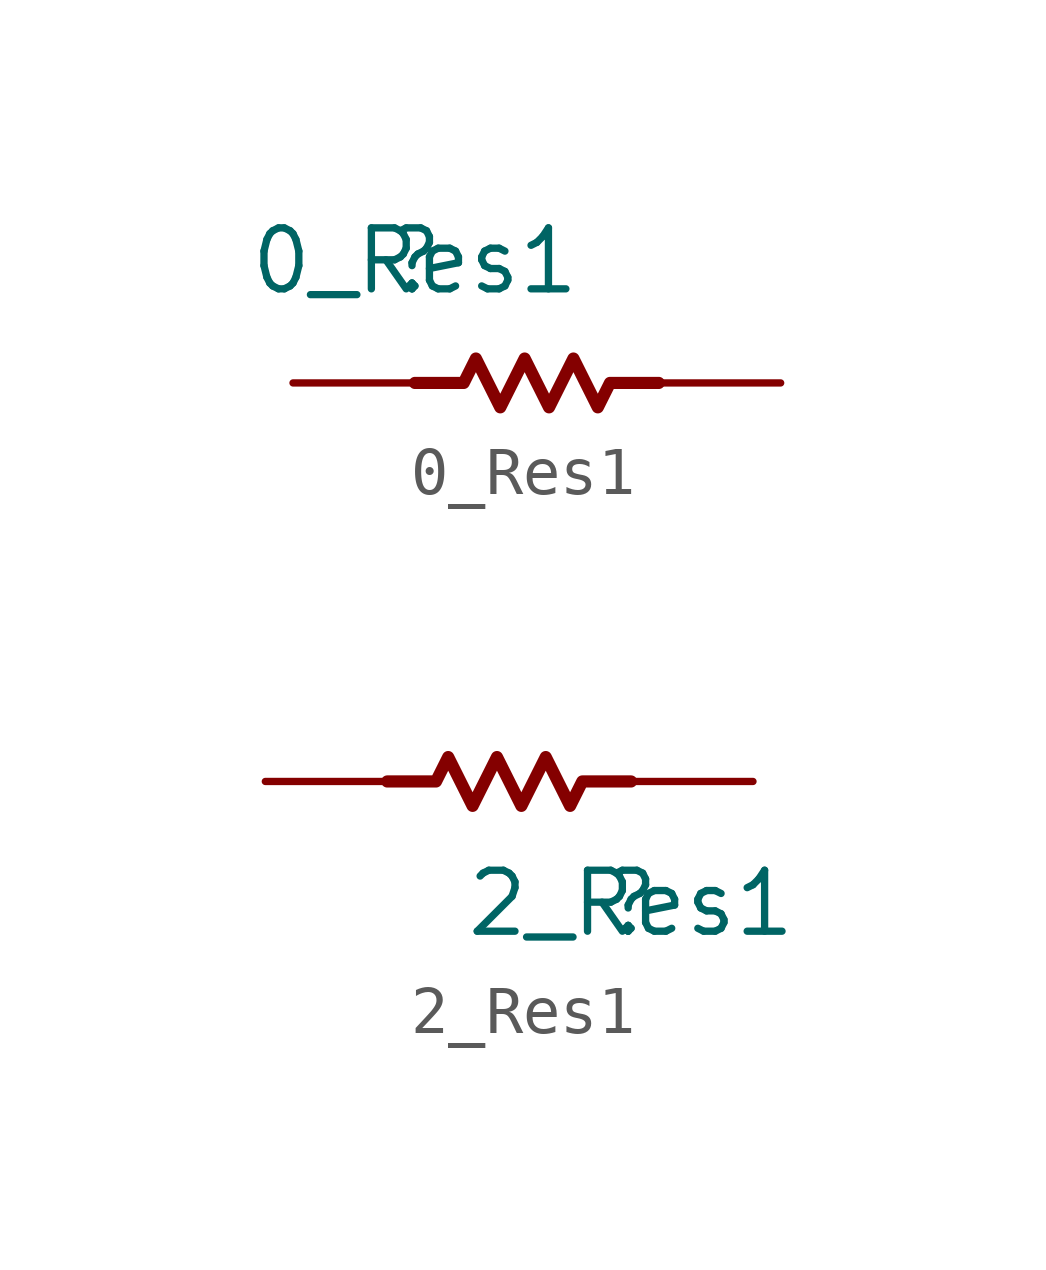
<source format=kicad_sym>
(kicad_symbol_lib
  (version 20211014)
  (generator kicad_symbol_editor)
  (symbol "0_Res1"
    (property "Reference" ""
      (at 0 0 0)
      (effects (font (size 1.27 1.27))))
    (property "Value" "0_Res1"
      (at 0 0 0)
      (effects (font (size 1.27 1.27))))
    (symbol "0_Res1_1_0"
      (polyline (pts (xy 5.08 -2.54) (xy 4.064 -2.54) (xy 3.81 -3.048) (xy 3.302 -2.032) (xy 2.794 -3.048) (xy 2.286 -2.032) (xy 1.778 -3.048) (xy 1.27 -2.032) (xy 1.016 -2.54) (xy 0 -2.54)) (stroke (width 0.254) (type default) (color 0 0 0 0)) (fill (type none)))
      (pin passive line (at -2.54 -2.54 0) (length 2.54) (name "1" (effects (font (size 0 0)))) (number "1" (effects (font (size 0 0)))))
      (pin passive line (at 7.62 -2.54 180) (length 2.54) (name "2" (effects (font (size 0 0)))) (number "2" (effects (font (size 0 0)))))))
  (symbol "2_Res1"
    (property "Reference" ""
      (at 0 0 0)
      (effects (font (size 1.27 1.27))))
    (property "Value" "2_Res1"
      (at 0 0 0)
      (effects (font (size 1.27 1.27))))
    (symbol "2_Res1_1_0"
      (polyline (pts (xy -5.08 2.54) (xy -4.064 2.54) (xy -3.81 3.048) (xy -3.302 2.032) (xy -2.794 3.048) (xy -2.286 2.032) (xy -1.778 3.048) (xy -1.27 2.032) (xy -1.016 2.54) (xy 0 2.54)) (stroke (width 0.254) (type default) (color 0 0 0 0)) (fill (type none)))
      (pin passive line (at 2.54 2.54 180) (length 2.54) (name "1" (effects (font (size 0 0)))) (number "1" (effects (font (size 0 0)))))
      (pin passive line (at -7.62 2.54 0) (length 2.54) (name "2" (effects (font (size 0 0)))) (number "2" (effects (font (size 0 0))))))))
</source>
